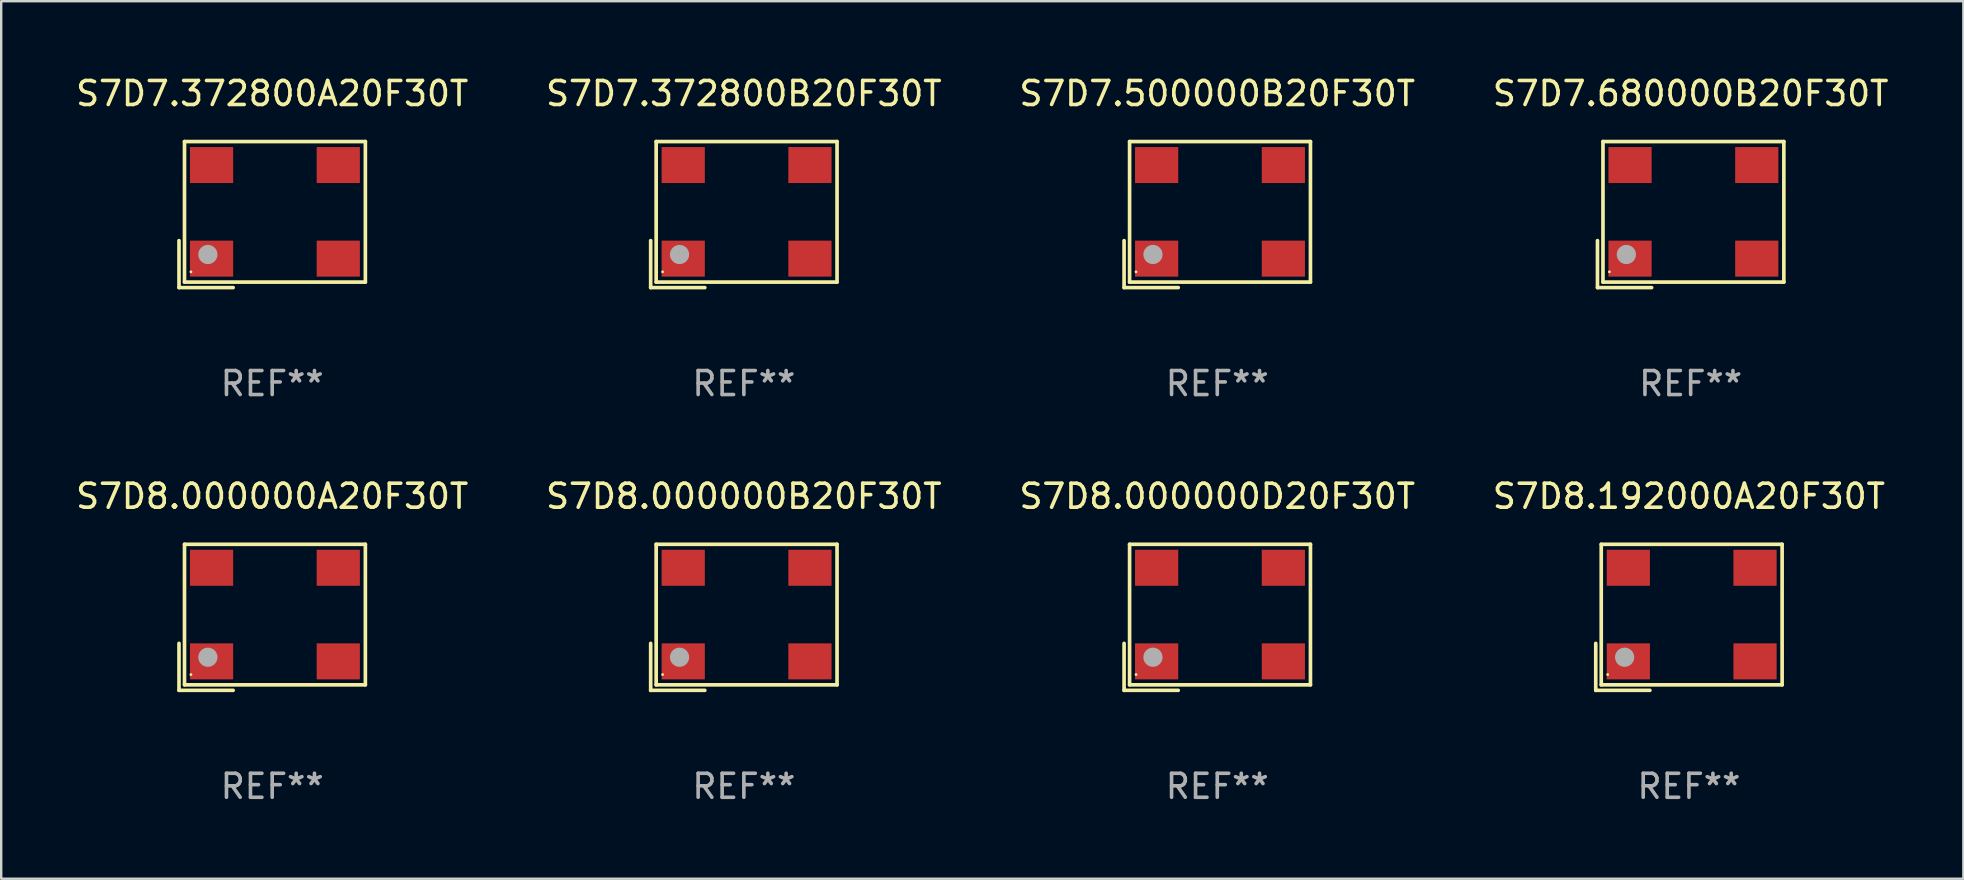
<source format=kicad_pcb>
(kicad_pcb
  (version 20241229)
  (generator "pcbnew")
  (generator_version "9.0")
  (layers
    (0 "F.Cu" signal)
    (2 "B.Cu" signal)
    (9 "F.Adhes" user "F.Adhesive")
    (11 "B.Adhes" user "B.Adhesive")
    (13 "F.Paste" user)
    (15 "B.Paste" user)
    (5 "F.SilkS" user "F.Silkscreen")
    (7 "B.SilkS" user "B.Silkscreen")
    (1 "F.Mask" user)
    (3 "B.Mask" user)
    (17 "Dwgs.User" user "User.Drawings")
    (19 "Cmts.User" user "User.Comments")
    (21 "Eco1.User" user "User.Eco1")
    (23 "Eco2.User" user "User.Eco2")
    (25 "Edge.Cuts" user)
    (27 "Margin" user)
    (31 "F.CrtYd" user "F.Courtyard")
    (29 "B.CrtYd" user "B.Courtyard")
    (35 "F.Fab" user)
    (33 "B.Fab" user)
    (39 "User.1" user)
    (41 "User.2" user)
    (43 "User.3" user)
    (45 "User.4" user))
  (footprint "S7D8.192000A20F30T"
    (layer "F.Cu")
    (at 67.327 22.673)
    (property "Reference" "S7D8.192000A20F30T" (at 0 -5.043 0) (layer "F.SilkS") (effects (font (size 1 1) (thickness 0.15))))
    (attr through_hole)
    (fp_line (start -3.883 1.086) (end -3.883 3.043) (stroke (width 0.152) (type solid)) (layer "F.SilkS"))
    (fp_line (start -3.883 3.043) (end -1.626 3.043) (stroke (width 0.152) (type solid)) (layer "F.SilkS"))
    (fp_line (start -3.654 -3.043) (end 3.883 -3.043) (stroke (width 0.152) (type solid)) (layer "F.SilkS"))
    (fp_line (start -3.654 2.814) (end -3.654 -3.043) (stroke (width 0.152) (type solid)) (layer "F.SilkS"))
    (fp_line (start 3.883 -3.043) (end 3.883 2.814) (stroke (width 0.152) (type solid)) (layer "F.SilkS"))
    (fp_line (start 3.883 2.814) (end -3.654 2.814) (stroke (width 0.152) (type solid)) (layer "F.SilkS"))
    (fp_circle (center -3.386 2.386) (end -3.356 2.386) (stroke (width 0.06) (type solid)) (fill no) (layer "F.SilkS"))
    (fp_circle (center -2.68 1.664) (end -2.48 1.664) (stroke (width 0.4) (type solid)) (fill no) (layer "F.Fab"))
    (fp_text user "REF**" (at 0 7.043 0) (layer "F.Fab") (effects (font (size 1 1) (thickness 0.15))))
    (pad "1" smd rect (at -2.526 1.836) (size 1.8 1.5) (layers "F.Cu" "F.Mask" "F.Paste"))
    (pad "2" smd rect (at 2.754 1.836) (size 1.8 1.5) (layers "F.Cu" "F.Mask" "F.Paste"))
    (pad "3" smd rect (at 2.754 -2.064) (size 1.8 1.5) (layers "F.Cu" "F.Mask" "F.Paste"))
    (pad "4" smd rect (at -2.526 -2.064) (size 1.8 1.5) (layers "F.Cu" "F.Mask" "F.Paste")))
  (footprint "S7D7.372800A20F30T"
    (layer "F.Cu")
    (at 8.292 5.891)
    (property "Reference" "S7D7.372800A20F30T" (at 0 -5.043 0) (layer "F.SilkS") (effects (font (size 1 1) (thickness 0.15))))
    (attr through_hole)
    (fp_line (start -3.883 1.086) (end -3.883 3.043) (stroke (width 0.152) (type solid)) (layer "F.SilkS"))
    (fp_line (start -3.883 3.043) (end -1.626 3.043) (stroke (width 0.152) (type solid)) (layer "F.SilkS"))
    (fp_line (start -3.654 -3.043) (end 3.883 -3.043) (stroke (width 0.152) (type solid)) (layer "F.SilkS"))
    (fp_line (start -3.654 2.814) (end -3.654 -3.043) (stroke (width 0.152) (type solid)) (layer "F.SilkS"))
    (fp_line (start 3.883 -3.043) (end 3.883 2.814) (stroke (width 0.152) (type solid)) (layer "F.SilkS"))
    (fp_line (start 3.883 2.814) (end -3.654 2.814) (stroke (width 0.152) (type solid)) (layer "F.SilkS"))
    (fp_circle (center -3.386 2.386) (end -3.356 2.386) (stroke (width 0.06) (type solid)) (fill no) (layer "F.SilkS"))
    (fp_circle (center -2.68 1.664) (end -2.48 1.664) (stroke (width 0.4) (type solid)) (fill no) (layer "F.Fab"))
    (fp_text user "REF**" (at 0 7.043 0) (layer "F.Fab") (effects (font (size 1 1) (thickness 0.15))))
    (pad "1" smd rect (at -2.526 1.836) (size 1.8 1.5) (layers "F.Cu" "F.Mask" "F.Paste"))
    (pad "2" smd rect (at 2.754 1.836) (size 1.8 1.5) (layers "F.Cu" "F.Mask" "F.Paste"))
    (pad "3" smd rect (at 2.754 -2.064) (size 1.8 1.5) (layers "F.Cu" "F.Mask" "F.Paste"))
    (pad "4" smd rect (at -2.526 -2.064) (size 1.8 1.5) (layers "F.Cu" "F.Mask" "F.Paste")))
  (footprint "S7D7.680000B20F30T"
    (layer "F.Cu")
    (at 67.399 5.891)
    (property "Reference" "S7D7.680000B20F30T" (at 0 -5.043 0) (layer "F.SilkS") (effects (font (size 1 1) (thickness 0.15))))
    (attr through_hole)
    (fp_line (start -3.883 1.086) (end -3.883 3.043) (stroke (width 0.152) (type solid)) (layer "F.SilkS"))
    (fp_line (start -3.883 3.043) (end -1.626 3.043) (stroke (width 0.152) (type solid)) (layer "F.SilkS"))
    (fp_line (start -3.654 -3.043) (end 3.883 -3.043) (stroke (width 0.152) (type solid)) (layer "F.SilkS"))
    (fp_line (start -3.654 2.814) (end -3.654 -3.043) (stroke (width 0.152) (type solid)) (layer "F.SilkS"))
    (fp_line (start 3.883 -3.043) (end 3.883 2.814) (stroke (width 0.152) (type solid)) (layer "F.SilkS"))
    (fp_line (start 3.883 2.814) (end -3.654 2.814) (stroke (width 0.152) (type solid)) (layer "F.SilkS"))
    (fp_circle (center -3.386 2.386) (end -3.356 2.386) (stroke (width 0.06) (type solid)) (fill no) (layer "F.SilkS"))
    (fp_circle (center -2.68 1.664) (end -2.48 1.664) (stroke (width 0.4) (type solid)) (fill no) (layer "F.Fab"))
    (fp_text user "REF**" (at 0 7.043 0) (layer "F.Fab") (effects (font (size 1 1) (thickness 0.15))))
    (pad "1" smd rect (at -2.526 1.836) (size 1.8 1.5) (layers "F.Cu" "F.Mask" "F.Paste"))
    (pad "2" smd rect (at 2.754 1.836) (size 1.8 1.5) (layers "F.Cu" "F.Mask" "F.Paste"))
    (pad "3" smd rect (at 2.754 -2.064) (size 1.8 1.5) (layers "F.Cu" "F.Mask" "F.Paste"))
    (pad "4" smd rect (at -2.526 -2.064) (size 1.8 1.5) (layers "F.Cu" "F.Mask" "F.Paste")))
  (footprint "S7D7.500000B20F30T"
    (layer "F.Cu")
    (at 47.673 5.891)
    (property "Reference" "S7D7.500000B20F30T" (at 0 -5.043 0) (layer "F.SilkS") (effects (font (size 1 1) (thickness 0.15))))
    (attr through_hole)
    (fp_line (start -3.883 1.086) (end -3.883 3.043) (stroke (width 0.152) (type solid)) (layer "F.SilkS"))
    (fp_line (start -3.883 3.043) (end -1.626 3.043) (stroke (width 0.152) (type solid)) (layer "F.SilkS"))
    (fp_line (start -3.654 -3.043) (end 3.883 -3.043) (stroke (width 0.152) (type solid)) (layer "F.SilkS"))
    (fp_line (start -3.654 2.814) (end -3.654 -3.043) (stroke (width 0.152) (type solid)) (layer "F.SilkS"))
    (fp_line (start 3.883 -3.043) (end 3.883 2.814) (stroke (width 0.152) (type solid)) (layer "F.SilkS"))
    (fp_line (start 3.883 2.814) (end -3.654 2.814) (stroke (width 0.152) (type solid)) (layer "F.SilkS"))
    (fp_circle (center -3.386 2.386) (end -3.356 2.386) (stroke (width 0.06) (type solid)) (fill no) (layer "F.SilkS"))
    (fp_circle (center -2.68 1.664) (end -2.48 1.664) (stroke (width 0.4) (type solid)) (fill no) (layer "F.Fab"))
    (fp_text user "REF**" (at 0 7.043 0) (layer "F.Fab") (effects (font (size 1 1) (thickness 0.15))))
    (pad "1" smd rect (at -2.526 1.836) (size 1.8 1.5) (layers "F.Cu" "F.Mask" "F.Paste"))
    (pad "2" smd rect (at 2.754 1.836) (size 1.8 1.5) (layers "F.Cu" "F.Mask" "F.Paste"))
    (pad "3" smd rect (at 2.754 -2.064) (size 1.8 1.5) (layers "F.Cu" "F.Mask" "F.Paste"))
    (pad "4" smd rect (at -2.526 -2.064) (size 1.8 1.5) (layers "F.Cu" "F.Mask" "F.Paste")))
  (footprint "S7D7.372800B20F30T"
    (layer "F.Cu")
    (at 27.946 5.891)
    (property "Reference" "S7D7.372800B20F30T" (at 0 -5.043 0) (layer "F.SilkS") (effects (font (size 1 1) (thickness 0.15))))
    (attr through_hole)
    (fp_line (start -3.883 1.086) (end -3.883 3.043) (stroke (width 0.152) (type solid)) (layer "F.SilkS"))
    (fp_line (start -3.883 3.043) (end -1.626 3.043) (stroke (width 0.152) (type solid)) (layer "F.SilkS"))
    (fp_line (start -3.654 -3.043) (end 3.883 -3.043) (stroke (width 0.152) (type solid)) (layer "F.SilkS"))
    (fp_line (start -3.654 2.814) (end -3.654 -3.043) (stroke (width 0.152) (type solid)) (layer "F.SilkS"))
    (fp_line (start 3.883 -3.043) (end 3.883 2.814) (stroke (width 0.152) (type solid)) (layer "F.SilkS"))
    (fp_line (start 3.883 2.814) (end -3.654 2.814) (stroke (width 0.152) (type solid)) (layer "F.SilkS"))
    (fp_circle (center -3.386 2.386) (end -3.356 2.386) (stroke (width 0.06) (type solid)) (fill no) (layer "F.SilkS"))
    (fp_circle (center -2.68 1.664) (end -2.48 1.664) (stroke (width 0.4) (type solid)) (fill no) (layer "F.Fab"))
    (fp_text user "REF**" (at 0 7.043 0) (layer "F.Fab") (effects (font (size 1 1) (thickness 0.15))))
    (pad "1" smd rect (at -2.526 1.836) (size 1.8 1.5) (layers "F.Cu" "F.Mask" "F.Paste"))
    (pad "2" smd rect (at 2.754 1.836) (size 1.8 1.5) (layers "F.Cu" "F.Mask" "F.Paste"))
    (pad "3" smd rect (at 2.754 -2.064) (size 1.8 1.5) (layers "F.Cu" "F.Mask" "F.Paste"))
    (pad "4" smd rect (at -2.526 -2.064) (size 1.8 1.5) (layers "F.Cu" "F.Mask" "F.Paste")))
  (footprint "S7D8.000000B20F30T"
    (layer "F.Cu")
    (at 27.946 22.673)
    (property "Reference" "S7D8.000000B20F30T" (at 0 -5.043 0) (layer "F.SilkS") (effects (font (size 1 1) (thickness 0.15))))
    (attr through_hole)
    (fp_line (start -3.883 1.086) (end -3.883 3.043) (stroke (width 0.152) (type solid)) (layer "F.SilkS"))
    (fp_line (start -3.883 3.043) (end -1.626 3.043) (stroke (width 0.152) (type solid)) (layer "F.SilkS"))
    (fp_line (start -3.654 -3.043) (end 3.883 -3.043) (stroke (width 0.152) (type solid)) (layer "F.SilkS"))
    (fp_line (start -3.654 2.814) (end -3.654 -3.043) (stroke (width 0.152) (type solid)) (layer "F.SilkS"))
    (fp_line (start 3.883 -3.043) (end 3.883 2.814) (stroke (width 0.152) (type solid)) (layer "F.SilkS"))
    (fp_line (start 3.883 2.814) (end -3.654 2.814) (stroke (width 0.152) (type solid)) (layer "F.SilkS"))
    (fp_circle (center -3.386 2.386) (end -3.356 2.386) (stroke (width 0.06) (type solid)) (fill no) (layer "F.SilkS"))
    (fp_circle (center -2.68 1.664) (end -2.48 1.664) (stroke (width 0.4) (type solid)) (fill no) (layer "F.Fab"))
    (fp_text user "REF**" (at 0 7.043 0) (layer "F.Fab") (effects (font (size 1 1) (thickness 0.15))))
    (pad "1" smd rect (at -2.526 1.836) (size 1.8 1.5) (layers "F.Cu" "F.Mask" "F.Paste"))
    (pad "2" smd rect (at 2.754 1.836) (size 1.8 1.5) (layers "F.Cu" "F.Mask" "F.Paste"))
    (pad "3" smd rect (at 2.754 -2.064) (size 1.8 1.5) (layers "F.Cu" "F.Mask" "F.Paste"))
    (pad "4" smd rect (at -2.526 -2.064) (size 1.8 1.5) (layers "F.Cu" "F.Mask" "F.Paste")))
  (footprint "S7D8.000000A20F30T"
    (layer "F.Cu")
    (at 8.292 22.673)
    (property "Reference" "S7D8.000000A20F30T" (at 0 -5.043 0) (layer "F.SilkS") (effects (font (size 1 1) (thickness 0.15))))
    (attr through_hole)
    (fp_line (start -3.883 1.086) (end -3.883 3.043) (stroke (width 0.152) (type solid)) (layer "F.SilkS"))
    (fp_line (start -3.883 3.043) (end -1.626 3.043) (stroke (width 0.152) (type solid)) (layer "F.SilkS"))
    (fp_line (start -3.654 -3.043) (end 3.883 -3.043) (stroke (width 0.152) (type solid)) (layer "F.SilkS"))
    (fp_line (start -3.654 2.814) (end -3.654 -3.043) (stroke (width 0.152) (type solid)) (layer "F.SilkS"))
    (fp_line (start 3.883 -3.043) (end 3.883 2.814) (stroke (width 0.152) (type solid)) (layer "F.SilkS"))
    (fp_line (start 3.883 2.814) (end -3.654 2.814) (stroke (width 0.152) (type solid)) (layer "F.SilkS"))
    (fp_circle (center -3.386 2.386) (end -3.356 2.386) (stroke (width 0.06) (type solid)) (fill no) (layer "F.SilkS"))
    (fp_circle (center -2.68 1.664) (end -2.48 1.664) (stroke (width 0.4) (type solid)) (fill no) (layer "F.Fab"))
    (fp_text user "REF**" (at 0 7.043 0) (layer "F.Fab") (effects (font (size 1 1) (thickness 0.15))))
    (pad "1" smd rect (at -2.526 1.836) (size 1.8 1.5) (layers "F.Cu" "F.Mask" "F.Paste"))
    (pad "2" smd rect (at 2.754 1.836) (size 1.8 1.5) (layers "F.Cu" "F.Mask" "F.Paste"))
    (pad "3" smd rect (at 2.754 -2.064) (size 1.8 1.5) (layers "F.Cu" "F.Mask" "F.Paste"))
    (pad "4" smd rect (at -2.526 -2.064) (size 1.8 1.5) (layers "F.Cu" "F.Mask" "F.Paste")))
  (footprint "S7D8.000000D20F30T"
    (layer "F.Cu")
    (at 47.673 22.673)
    (property "Reference" "S7D8.000000D20F30T" (at 0 -5.043 0) (layer "F.SilkS") (effects (font (size 1 1) (thickness 0.15))))
    (attr through_hole)
    (fp_line (start -3.883 1.086) (end -3.883 3.043) (stroke (width 0.152) (type solid)) (layer "F.SilkS"))
    (fp_line (start -3.883 3.043) (end -1.626 3.043) (stroke (width 0.152) (type solid)) (layer "F.SilkS"))
    (fp_line (start -3.654 -3.043) (end 3.883 -3.043) (stroke (width 0.152) (type solid)) (layer "F.SilkS"))
    (fp_line (start -3.654 2.814) (end -3.654 -3.043) (stroke (width 0.152) (type solid)) (layer "F.SilkS"))
    (fp_line (start 3.883 -3.043) (end 3.883 2.814) (stroke (width 0.152) (type solid)) (layer "F.SilkS"))
    (fp_line (start 3.883 2.814) (end -3.654 2.814) (stroke (width 0.152) (type solid)) (layer "F.SilkS"))
    (fp_circle (center -3.386 2.386) (end -3.356 2.386) (stroke (width 0.06) (type solid)) (fill no) (layer "F.SilkS"))
    (fp_circle (center -2.68 1.664) (end -2.48 1.664) (stroke (width 0.4) (type solid)) (fill no) (layer "F.Fab"))
    (fp_text user "REF**" (at 0 7.043 0) (layer "F.Fab") (effects (font (size 1 1) (thickness 0.15))))
    (pad "1" smd rect (at -2.526 1.836) (size 1.8 1.5) (layers "F.Cu" "F.Mask" "F.Paste"))
    (pad "2" smd rect (at 2.754 1.836) (size 1.8 1.5) (layers "F.Cu" "F.Mask" "F.Paste"))
    (pad "3" smd rect (at 2.754 -2.064) (size 1.8 1.5) (layers "F.Cu" "F.Mask" "F.Paste"))
    (pad "4" smd rect (at -2.526 -2.064) (size 1.8 1.5) (layers "F.Cu" "F.Mask" "F.Paste")))
  (gr_rect
    (start -3 -3)
    (end 78.762 33.565)
    (stroke (width 0.1) (type default))
    (fill no)
    (layer "Edge.Cuts")))
</source>
